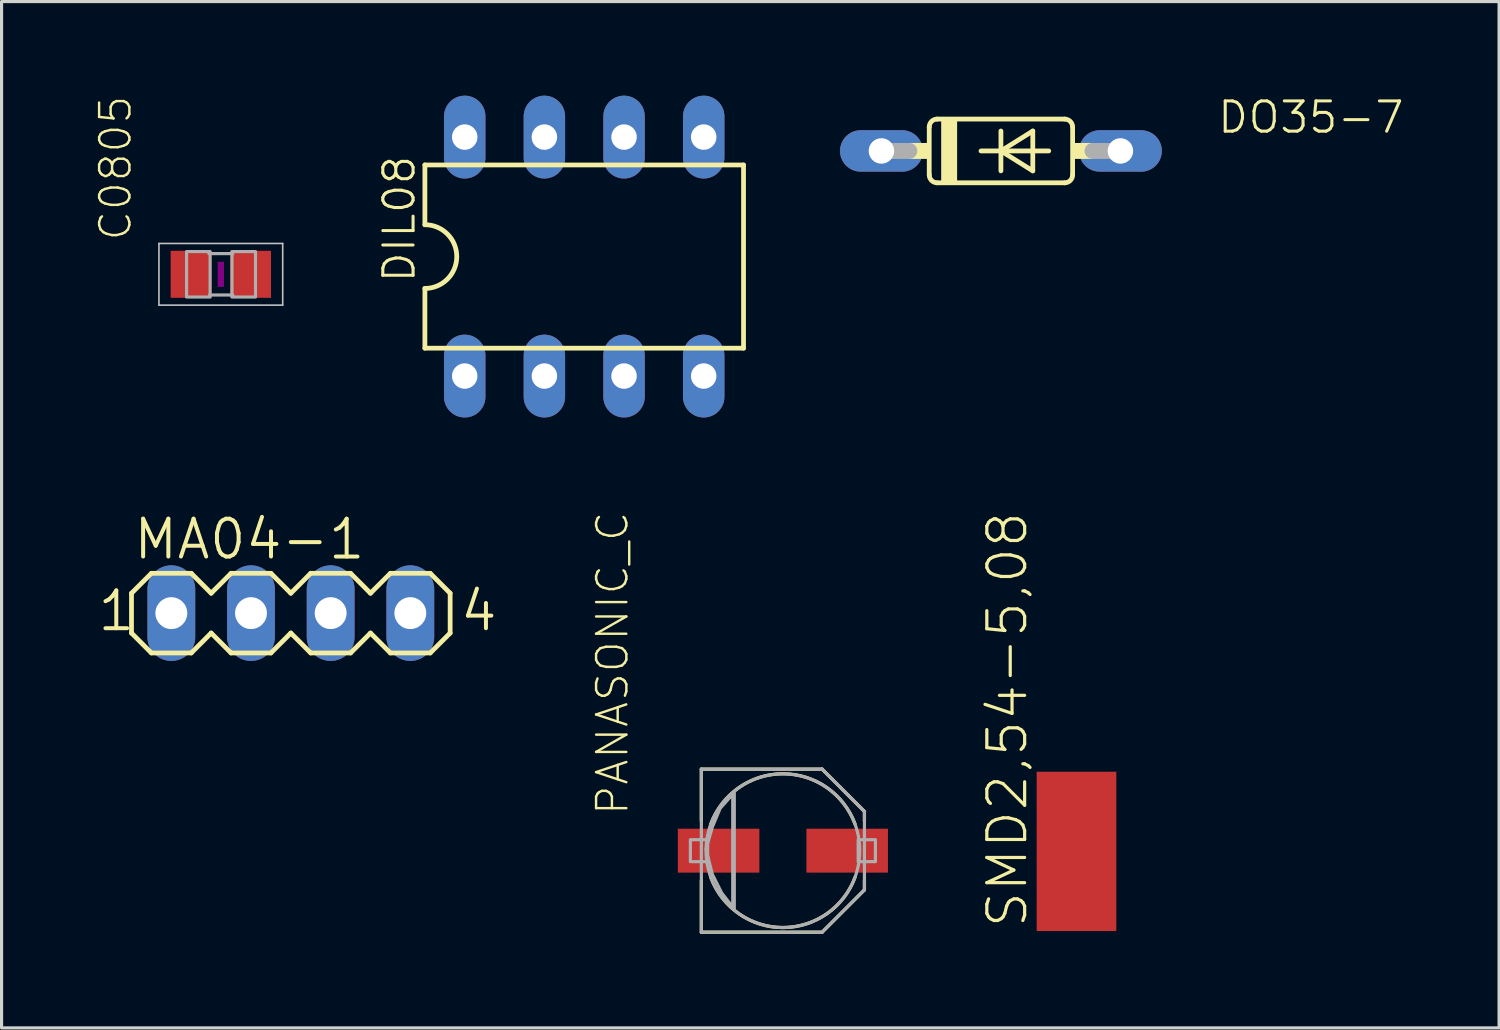
<source format=kicad_pcb>
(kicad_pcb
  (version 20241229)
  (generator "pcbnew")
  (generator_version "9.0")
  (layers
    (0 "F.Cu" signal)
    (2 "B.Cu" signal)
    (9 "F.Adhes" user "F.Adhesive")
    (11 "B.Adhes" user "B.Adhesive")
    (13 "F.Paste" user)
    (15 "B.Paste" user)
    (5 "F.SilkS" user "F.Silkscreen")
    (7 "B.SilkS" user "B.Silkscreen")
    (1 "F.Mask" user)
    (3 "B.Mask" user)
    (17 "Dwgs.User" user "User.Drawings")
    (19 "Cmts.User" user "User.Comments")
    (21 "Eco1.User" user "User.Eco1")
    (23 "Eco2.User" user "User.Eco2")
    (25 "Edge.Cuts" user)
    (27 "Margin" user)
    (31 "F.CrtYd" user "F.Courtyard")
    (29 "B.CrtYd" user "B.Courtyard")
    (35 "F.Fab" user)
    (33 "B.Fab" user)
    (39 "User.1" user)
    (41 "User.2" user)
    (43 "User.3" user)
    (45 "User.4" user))
  (footprint "DO35-7"
    (layer "F.Cu")
    (at 28.865 1.763)
    (property "Reference" "DO35-7" (at 6.858 -0.508 180) (layer "F.SilkS") (effects (font (size 0.965 0.965) (thickness 0.097)) (justify left bottom)))
    (attr through_hole)
    (fp_line (start -2.286 -0.762) (end -2.286 0.762) (stroke (width 0.152) (type solid)) (layer "F.SilkS"))
    (fp_line (start -2.032 -1.016) (end 2.032 -1.016) (stroke (width 0.152) (type solid)) (layer "F.SilkS"))
    (fp_line (start -2.032 1.016) (end 2.032 1.016) (stroke (width 0.152) (type solid)) (layer "F.SilkS"))
    (fp_line (start -0.635 0) (end 0 0) (stroke (width 0.152) (type solid)) (layer "F.SilkS"))
    (fp_line (start 0 -0.635) (end 0 0) (stroke (width 0.152) (type solid)) (layer "F.SilkS"))
    (fp_line (start 0 0) (end 0 0.635) (stroke (width 0.152) (type solid)) (layer "F.SilkS"))
    (fp_line (start 0 0) (end 1.016 -0.635) (stroke (width 0.152) (type solid)) (layer "F.SilkS"))
    (fp_line (start 0 0) (end 1.524 0) (stroke (width 0.152) (type solid)) (layer "F.SilkS"))
    (fp_line (start 1.016 -0.635) (end 1.016 0.635) (stroke (width 0.152) (type solid)) (layer "F.SilkS"))
    (fp_line (start 1.016 0.635) (end 0 0) (stroke (width 0.152) (type solid)) (layer "F.SilkS"))
    (fp_line (start 2.286 -0.762) (end 2.286 0.762) (stroke (width 0.152) (type solid)) (layer "F.SilkS"))
    (fp_arc (start -2.286 -0.762) (mid -2.211605 -0.941605) (end -2.032 -1.016) (stroke (width 0.1524) (type solid)) (layer "F.SilkS"))
    (fp_arc (start -2.032 1.016) (mid -2.211605 0.941605) (end -2.286 0.762) (stroke (width 0.1524) (type solid)) (layer "F.SilkS"))
    (fp_arc (start 2.032 -1.016) (mid 2.211605 -0.941605) (end 2.286 -0.762) (stroke (width 0.1524) (type solid)) (layer "F.SilkS"))
    (fp_arc (start 2.286 0.762) (mid 2.211605 0.941605) (end 2.032 1.016) (stroke (width 0.1524) (type solid)) (layer "F.SilkS"))
    (fp_poly (pts (xy -2.921 0.254) (xy -2.286 0.254) (xy -2.286 -0.254) (xy -2.921 -0.254)) (stroke (width 0) (type solid)) (fill yes) (layer "F.SilkS"))
    (fp_poly (pts (xy -1.905 1.016) (xy -1.397 1.016) (xy -1.397 -1.016) (xy -1.905 -1.016)) (stroke (width 0) (type solid)) (fill yes) (layer "F.SilkS"))
    (fp_poly (pts (xy 2.286 0.254) (xy 2.921 0.254) (xy 2.921 -0.254) (xy 2.286 -0.254)) (stroke (width 0) (type solid)) (fill yes) (layer "F.SilkS"))
    (fp_line (start -3.81 0) (end -2.921 0) (stroke (width 0.508) (type solid)) (layer "F.Fab"))
    (fp_line (start 3.81 0) (end 2.921 0) (stroke (width 0.508) (type solid)) (layer "F.Fab"))
    (pad "A" thru_hole oval (at 3.81 0) (size 2.642 1.321) (drill 0.813) (layers "*.Cu" "*.Mask"))
    (pad "C" thru_hole oval (at -3.81 0) (size 2.642 1.321) (drill 0.813) (layers "*.Cu" "*.Mask")))
  (footprint "DIL08"
    (layer "F.Cu")
    (at 15.578 5.131)
    (property "Reference" "DIL08" (at -5.334 0.889 90) (layer "F.SilkS") (effects (font (size 0.965 0.965) (thickness 0.097)) (justify left bottom)))
    (attr through_hole)
    (fp_line (start -5.08 -2.921) (end -5.08 -1.016) (stroke (width 0.152) (type solid)) (layer "F.SilkS"))
    (fp_line (start -5.08 2.921) (end -5.08 1.016) (stroke (width 0.152) (type solid)) (layer "F.SilkS"))
    (fp_line (start -5.08 2.921) (end 5.08 2.921) (stroke (width 0.152) (type solid)) (layer "F.SilkS"))
    (fp_line (start 5.08 -2.921) (end -5.08 -2.921) (stroke (width 0.152) (type solid)) (layer "F.SilkS"))
    (fp_line (start 5.08 -2.921) (end 5.08 2.921) (stroke (width 0.152) (type solid)) (layer "F.SilkS"))
    (fp_arc (start -5.08 -1.016) (mid -4.064 0) (end -5.08 1.016) (stroke (width 0.1524) (type solid)) (layer "F.SilkS"))
    (pad "1" thru_hole oval (at -3.81 3.81 90) (size 2.642 1.321) (drill 0.813) (layers "*.Cu" "*.Mask"))
    (pad "2" thru_hole oval (at -1.27 3.81 90) (size 2.642 1.321) (drill 0.813) (layers "*.Cu" "*.Mask"))
    (pad "3" thru_hole oval (at 1.27 3.81 90) (size 2.642 1.321) (drill 0.813) (layers "*.Cu" "*.Mask"))
    (pad "4" thru_hole oval (at 3.81 3.81 90) (size 2.642 1.321) (drill 0.813) (layers "*.Cu" "*.Mask"))
    (pad "5" thru_hole oval (at 3.81 -3.81 90) (size 2.642 1.321) (drill 0.813) (layers "*.Cu" "*.Mask"))
    (pad "6" thru_hole oval (at 1.27 -3.81 90) (size 2.642 1.321) (drill 0.813) (layers "*.Cu" "*.Mask"))
    (pad "7" thru_hole oval (at -1.27 -3.81 90) (size 2.642 1.321) (drill 0.813) (layers "*.Cu" "*.Mask"))
    (pad "8" thru_hole oval (at -3.81 -3.81 90) (size 2.642 1.321) (drill 0.813) (layers "*.Cu" "*.Mask")))
  (footprint "MA04-1"
    (layer "F.Cu")
    (at 6.223 16.5)
    (property "Reference" "MA04-1" (at -5.08 -1.651 0) (layer "F.SilkS") (effects (font (size 1.206 1.206) (thickness 0.127)) (justify left bottom)))
    (attr through_hole)
    (fp_line (start -5.08 -0.635) (end -5.08 0.635) (stroke (width 0.152) (type solid)) (layer "F.SilkS"))
    (fp_line (start -5.08 0.635) (end -4.445 1.27) (stroke (width 0.152) (type solid)) (layer "F.SilkS"))
    (fp_line (start -4.445 -1.27) (end -5.08 -0.635) (stroke (width 0.152) (type solid)) (layer "F.SilkS"))
    (fp_line (start -4.445 -1.27) (end -3.175 -1.27) (stroke (width 0.152) (type solid)) (layer "F.SilkS"))
    (fp_line (start -3.175 -1.27) (end -2.54 -0.635) (stroke (width 0.152) (type solid)) (layer "F.SilkS"))
    (fp_line (start -3.175 1.27) (end -4.445 1.27) (stroke (width 0.152) (type solid)) (layer "F.SilkS"))
    (fp_line (start -2.54 -0.635) (end -1.905 -1.27) (stroke (width 0.152) (type solid)) (layer "F.SilkS"))
    (fp_line (start -2.54 0.635) (end -3.175 1.27) (stroke (width 0.152) (type solid)) (layer "F.SilkS"))
    (fp_line (start -1.905 -1.27) (end -0.635 -1.27) (stroke (width 0.152) (type solid)) (layer "F.SilkS"))
    (fp_line (start -1.905 1.27) (end -2.54 0.635) (stroke (width 0.152) (type solid)) (layer "F.SilkS"))
    (fp_line (start -0.635 -1.27) (end 0 -0.635) (stroke (width 0.152) (type solid)) (layer "F.SilkS"))
    (fp_line (start -0.635 1.27) (end -1.905 1.27) (stroke (width 0.152) (type solid)) (layer "F.SilkS"))
    (fp_line (start 0 -0.635) (end 0.635 -1.27) (stroke (width 0.152) (type solid)) (layer "F.SilkS"))
    (fp_line (start 0 0.635) (end -0.635 1.27) (stroke (width 0.152) (type solid)) (layer "F.SilkS"))
    (fp_line (start 0.635 -1.27) (end 1.905 -1.27) (stroke (width 0.152) (type solid)) (layer "F.SilkS"))
    (fp_line (start 0.635 1.27) (end 0 0.635) (stroke (width 0.152) (type solid)) (layer "F.SilkS"))
    (fp_line (start 1.905 -1.27) (end 2.54 -0.635) (stroke (width 0.152) (type solid)) (layer "F.SilkS"))
    (fp_line (start 1.905 1.27) (end 0.635 1.27) (stroke (width 0.152) (type solid)) (layer "F.SilkS"))
    (fp_line (start 2.54 0.635) (end 1.905 1.27) (stroke (width 0.152) (type solid)) (layer "F.SilkS"))
    (fp_line (start 2.54 0.635) (end 3.175 1.27) (stroke (width 0.152) (type solid)) (layer "F.SilkS"))
    (fp_line (start 3.175 -1.27) (end 2.54 -0.635) (stroke (width 0.152) (type solid)) (layer "F.SilkS"))
    (fp_line (start 3.175 -1.27) (end 4.445 -1.27) (stroke (width 0.152) (type solid)) (layer "F.SilkS"))
    (fp_line (start 4.445 -1.27) (end 5.08 -0.635) (stroke (width 0.152) (type solid)) (layer "F.SilkS"))
    (fp_line (start 4.445 1.27) (end 3.175 1.27) (stroke (width 0.152) (type solid)) (layer "F.SilkS"))
    (fp_line (start 5.08 -0.635) (end 5.08 0.635) (stroke (width 0.152) (type solid)) (layer "F.SilkS"))
    (fp_line (start 5.08 0.635) (end 4.445 1.27) (stroke (width 0.152) (type solid)) (layer "F.SilkS"))
    (fp_poly (pts (xy -4.064 0.254) (xy -3.556 0.254) (xy -3.556 -0.254) (xy -4.064 -0.254)) (stroke (width 0.1) (type solid)) (fill no) (layer "F.Fab"))
    (fp_poly (pts (xy -1.524 0.254) (xy -1.016 0.254) (xy -1.016 -0.254) (xy -1.524 -0.254)) (stroke (width 0.1) (type solid)) (fill no) (layer "F.Fab"))
    (fp_poly (pts (xy 1.016 0.254) (xy 1.524 0.254) (xy 1.524 -0.254) (xy 1.016 -0.254)) (stroke (width 0.1) (type solid)) (fill no) (layer "F.Fab"))
    (fp_poly (pts (xy 3.556 0.254) (xy 4.064 0.254) (xy 4.064 -0.254) (xy 3.556 -0.254)) (stroke (width 0.1) (type solid)) (fill no) (layer "F.Fab"))
    (fp_text user "1" (at -6.223 0.635 0) (layer "F.SilkS") (effects (font (size 1.206 1.206) (thickness 0.127)) (justify left bottom)))
    (fp_text user "4" (at 5.334 0.635 0) (layer "F.SilkS") (effects (font (size 1.206 1.206) (thickness 0.127)) (justify left bottom)))
    (pad "1" thru_hole oval (at -3.81 0 90) (size 3.048 1.524) (drill 1.016) (layers "*.Cu" "*.Mask"))
    (pad "2" thru_hole oval (at -1.27 0 90) (size 3.048 1.524) (drill 1.016) (layers "*.Cu" "*.Mask"))
    (pad "3" thru_hole oval (at 1.27 0 90) (size 3.048 1.524) (drill 1.016) (layers "*.Cu" "*.Mask"))
    (pad "4" thru_hole oval (at 3.81 0 90) (size 3.048 1.524) (drill 1.016) (layers "*.Cu" "*.Mask")))
  (footprint "C0805"
    (layer "F.Cu")
    (at 3.991 5.697)
    (property "Reference" "C0805" (at -2.794 -1.016 270) (layer "F.SilkS") (effects (font (size 0.965 0.965) (thickness 0.077)) (justify left bottom)))
    (attr through_hole)
    (fp_poly (pts (xy -0.1 0.4) (xy 0.1 0.4) (xy 0.1 -0.4) (xy -0.1 -0.4)) (stroke (width 0) (type solid)) (fill yes) (layer "F.Adhes"))
    (fp_line (start -1.973 -0.983) (end 1.973 -0.983) (stroke (width 0.051) (type solid)) (layer "Dwgs.User"))
    (fp_line (start -1.973 0.983) (end -1.973 -0.983) (stroke (width 0.051) (type solid)) (layer "Dwgs.User"))
    (fp_line (start 1.973 -0.983) (end 1.973 0.983) (stroke (width 0.051) (type solid)) (layer "Dwgs.User"))
    (fp_line (start 1.973 0.983) (end -1.973 0.983) (stroke (width 0.051) (type solid)) (layer "Dwgs.User"))
    (fp_line (start -0.381 -0.66) (end 0.381 -0.66) (stroke (width 0.102) (type solid)) (layer "F.Fab"))
    (fp_line (start -0.356 0.66) (end 0.381 0.66) (stroke (width 0.102) (type solid)) (layer "F.Fab"))
    (fp_poly (pts (xy -1.092 0.724) (xy -0.342 0.724) (xy -0.342 -0.726) (xy -1.092 -0.726)) (stroke (width 0.1) (type solid)) (fill no) (layer "F.Fab"))
    (fp_poly (pts (xy 0.356 0.724) (xy 1.106 0.724) (xy 1.106 -0.726) (xy 0.356 -0.726)) (stroke (width 0.1) (type solid)) (fill no) (layer "F.Fab"))
    (pad "1" smd rect (at -0.95 0) (size 1.3 1.5) (layers "F.Cu" "F.Mask" "F.Paste"))
    (pad "2" smd rect (at 0.95 0) (size 1.3 1.5) (layers "F.Cu" "F.Mask" "F.Paste")))
  (footprint "SMD2,54-5,08"
    (layer "F.Cu")
    (at 31.274 24.097)
    (property "Reference" "SMD2,54-5,08" (at -1.5 2.5 90) (layer "F.SilkS") (effects (font (size 1.206 1.206) (thickness 0.102)) (justify left bottom)))
    (attr through_hole)
    (pad "1" smd rect (at 0 0) (size 2.54 5.08) (layers "F.Cu" "F.Mask" "F.Paste")))
  (footprint "PANASONIC_C"
    (layer "F.Cu")
    (at 21.913 24.074)
    (property "Reference" "PANASONIC_C" (at -4.87 -1.076 270) (layer "F.SilkS") (effects (font (size 0.965 0.965) (thickness 0.077)) (justify left bottom)))
    (attr through_hole)
    (fp_line (start -2.6 -2.6) (end 1.25 -2.6) (stroke (width 0.102) (type solid)) (layer "F.SilkS"))
    (fp_line (start -2.6 -0.95) (end -2.6 -2.6) (stroke (width 0.102) (type solid)) (layer "F.SilkS"))
    (fp_line (start -2.6 2.6) (end -2.6 0.95) (stroke (width 0.102) (type solid)) (layer "F.SilkS"))
    (fp_line (start 1.25 -2.6) (end 2.6 -1.25) (stroke (width 0.102) (type solid)) (layer "F.SilkS"))
    (fp_line (start 1.25 2.6) (end -2.6 2.6) (stroke (width 0.102) (type solid)) (layer "F.SilkS"))
    (fp_line (start 2.6 -1.25) (end 2.6 -0.95) (stroke (width 0.102) (type solid)) (layer "F.SilkS"))
    (fp_line (start 2.6 0.95) (end 2.6 1.25) (stroke (width 0.102) (type solid)) (layer "F.SilkS"))
    (fp_line (start 2.6 1.25) (end 1.25 2.6) (stroke (width 0.102) (type solid)) (layer "F.SilkS"))
    (fp_arc (start -2.3 -0.85) (mid 0 -2.45204) (end 2.3 -0.85) (stroke (width 0.1016) (type solid)) (layer "F.SilkS"))
    (fp_arc (start 2.3 0.85) (mid 0 2.45204) (end -2.3 0.85) (stroke (width 0.1016) (type solid)) (layer "F.SilkS"))
    (fp_line (start -2.6 -2.6) (end 1.25 -2.6) (stroke (width 0.102) (type solid)) (layer "F.Fab"))
    (fp_line (start -2.6 2.6) (end -2.6 -2.6) (stroke (width 0.102) (type solid)) (layer "F.Fab"))
    (fp_line (start -1.55 -1.85) (end -1.55 1.85) (stroke (width 0.102) (type solid)) (layer "F.Fab"))
    (fp_line (start 1.25 -2.6) (end 2.6 -1.25) (stroke (width 0.102) (type solid)) (layer "F.Fab"))
    (fp_line (start 1.25 2.6) (end -2.6 2.6) (stroke (width 0.102) (type solid)) (layer "F.Fab"))
    (fp_line (start 2.6 -1.25) (end 2.6 1.25) (stroke (width 0.102) (type solid)) (layer "F.Fab"))
    (fp_line (start 2.6 1.25) (end 1.25 2.6) (stroke (width 0.102) (type solid)) (layer "F.Fab"))
    (fp_circle (center 0 0) (end 2.45 0) (stroke (width 0.102) (type solid)) (fill no) (layer "F.Fab"))
    (fp_poly (pts (xy -2.95 0.35) (xy -2.4 0.35) (xy -2.4 -0.35) (xy -2.95 -0.35)) (stroke (width 0.1) (type solid)) (fill no) (layer "F.Fab"))
    (fp_poly (pts (xy 2.4 0.35) (xy 2.95 0.35) (xy 2.95 -0.35) (xy 2.4 -0.35)) (stroke (width 0.1) (type solid)) (fill no) (layer "F.Fab"))
    (fp_poly (pts (xy -1.6 -1.8) (xy -2 -1.35) (xy -2.25 -0.75) (xy -2.45 -0.05) (xy -2.25 0.75) (xy -1.95 1.35) (xy -1.6 1.8)) (stroke (width 0.1) (type solid)) (fill no) (layer "F.Fab"))
    (pad "+" smd rect (at 2.05 0) (size 2.6 1.4) (layers "F.Cu" "F.Mask" "F.Paste"))
    (pad "-" smd rect (at -2.05 0) (size 2.6 1.4) (layers "F.Cu" "F.Mask" "F.Paste")))
  (gr_rect
    (start -3 -3)
    (end 44.749 29.725)
    (stroke (width 0.1) (type default))
    (fill no)
    (layer "Edge.Cuts")))
</source>
